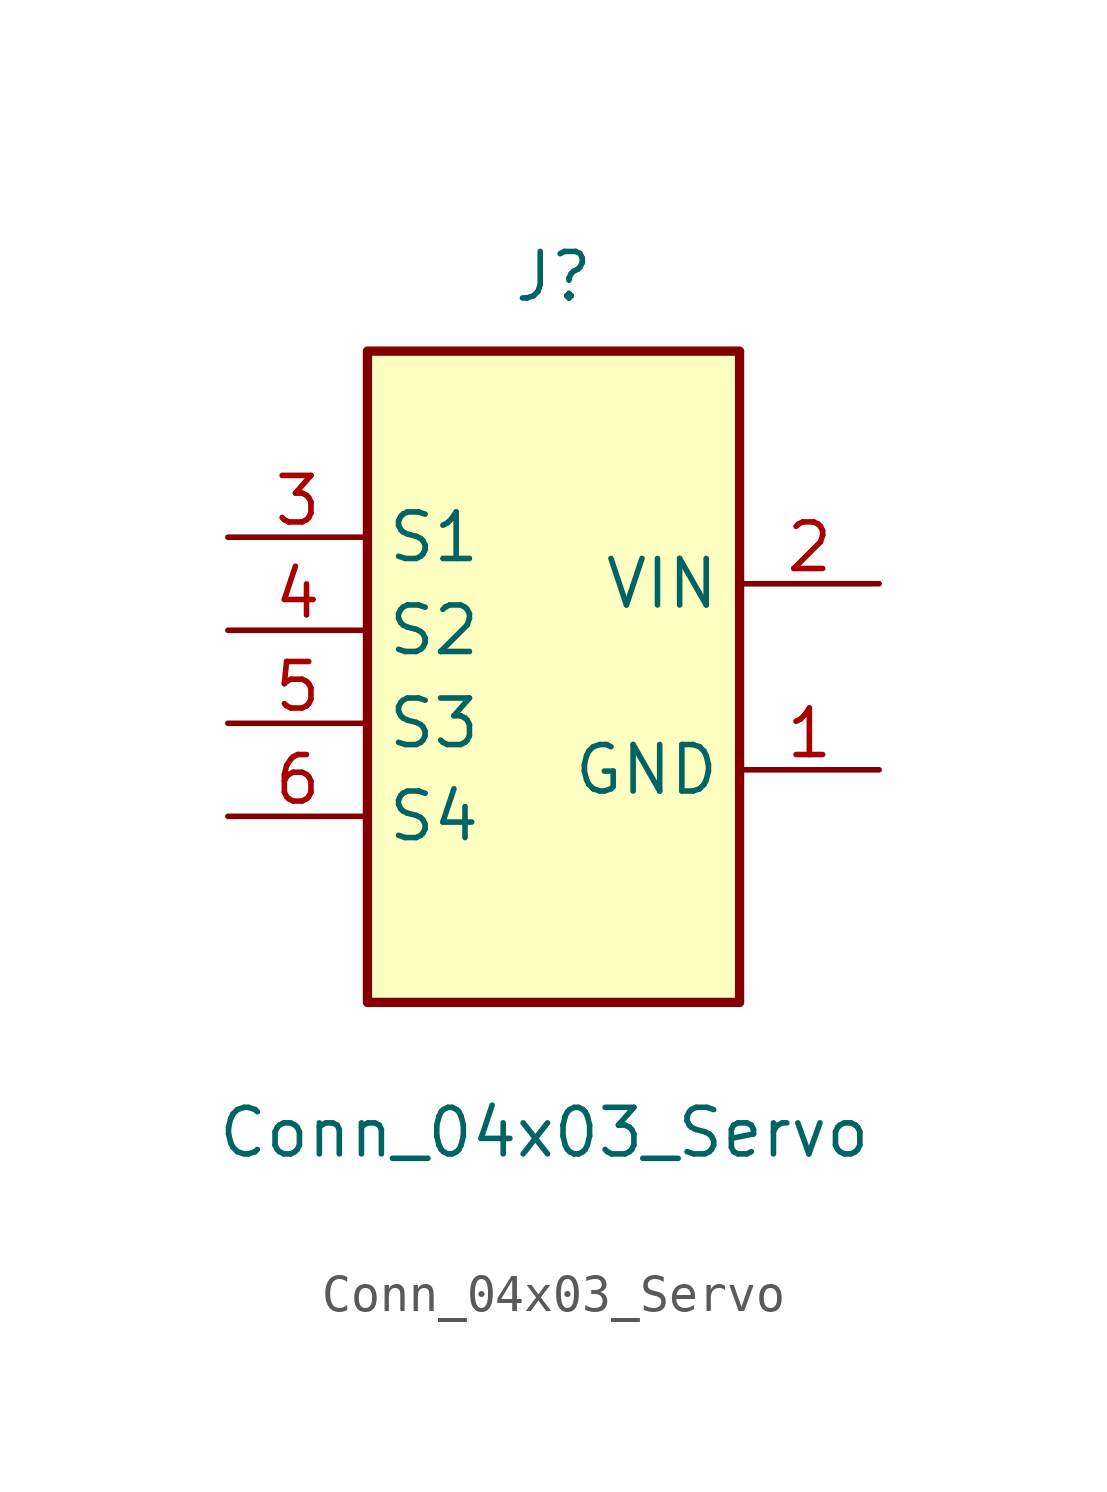
<source format=kicad_sym>
(kicad_symbol_lib
  (version 20241209)
  (generator "kicad_symbol_editor")
  (generator_version "9.0")
  (symbol "Conn_04x03_Servo"
    (property "Reference" "J"
      (at 3.81 16.002 0)
      (effects (font (size 1.27 1.27))))
    (property "Value" "Conn_04x03_Servo"
      (at 3.556 -7.366 0)
      (effects (font (size 1.27 1.27))))
    (symbol "Conn_04x03_Servo_1_1"
      (rectangle (start -1.27 13.97) (end 8.89 -3.81) (stroke (width 0.254) (type default)) (fill (type background)))
      (pin passive line (at -5.08 8.89 0) (length 3.81) (name "S1" (effects (font (size 1.27 1.27)))) (number "3" (effects (font (size 1.27 1.27)))))
      (pin passive line (at -5.08 6.35 0) (length 3.81) (name "S2" (effects (font (size 1.27 1.27)))) (number "4" (effects (font (size 1.27 1.27)))))
      (pin passive line (at -5.08 3.81 0) (length 3.81) (name "S3" (effects (font (size 1.27 1.27)))) (number "5" (effects (font (size 1.27 1.27)))))
      (pin passive line (at -5.08 1.27 0) (length 3.81) (name "S4" (effects (font (size 1.27 1.27)))) (number "6" (effects (font (size 1.27 1.27)))))
      (pin passive line (at 12.7 7.62 180) (length 3.81) (name "VIN" (effects (font (size 1.27 1.27)))) (number "2" (effects (font (size 1.27 1.27)))))
      (pin passive line (at 12.7 2.54 180) (length 3.81) (name "GND" (effects (font (size 1.27 1.27)))) (number "1" (effects (font (size 1.27 1.27))))))))
</source>
